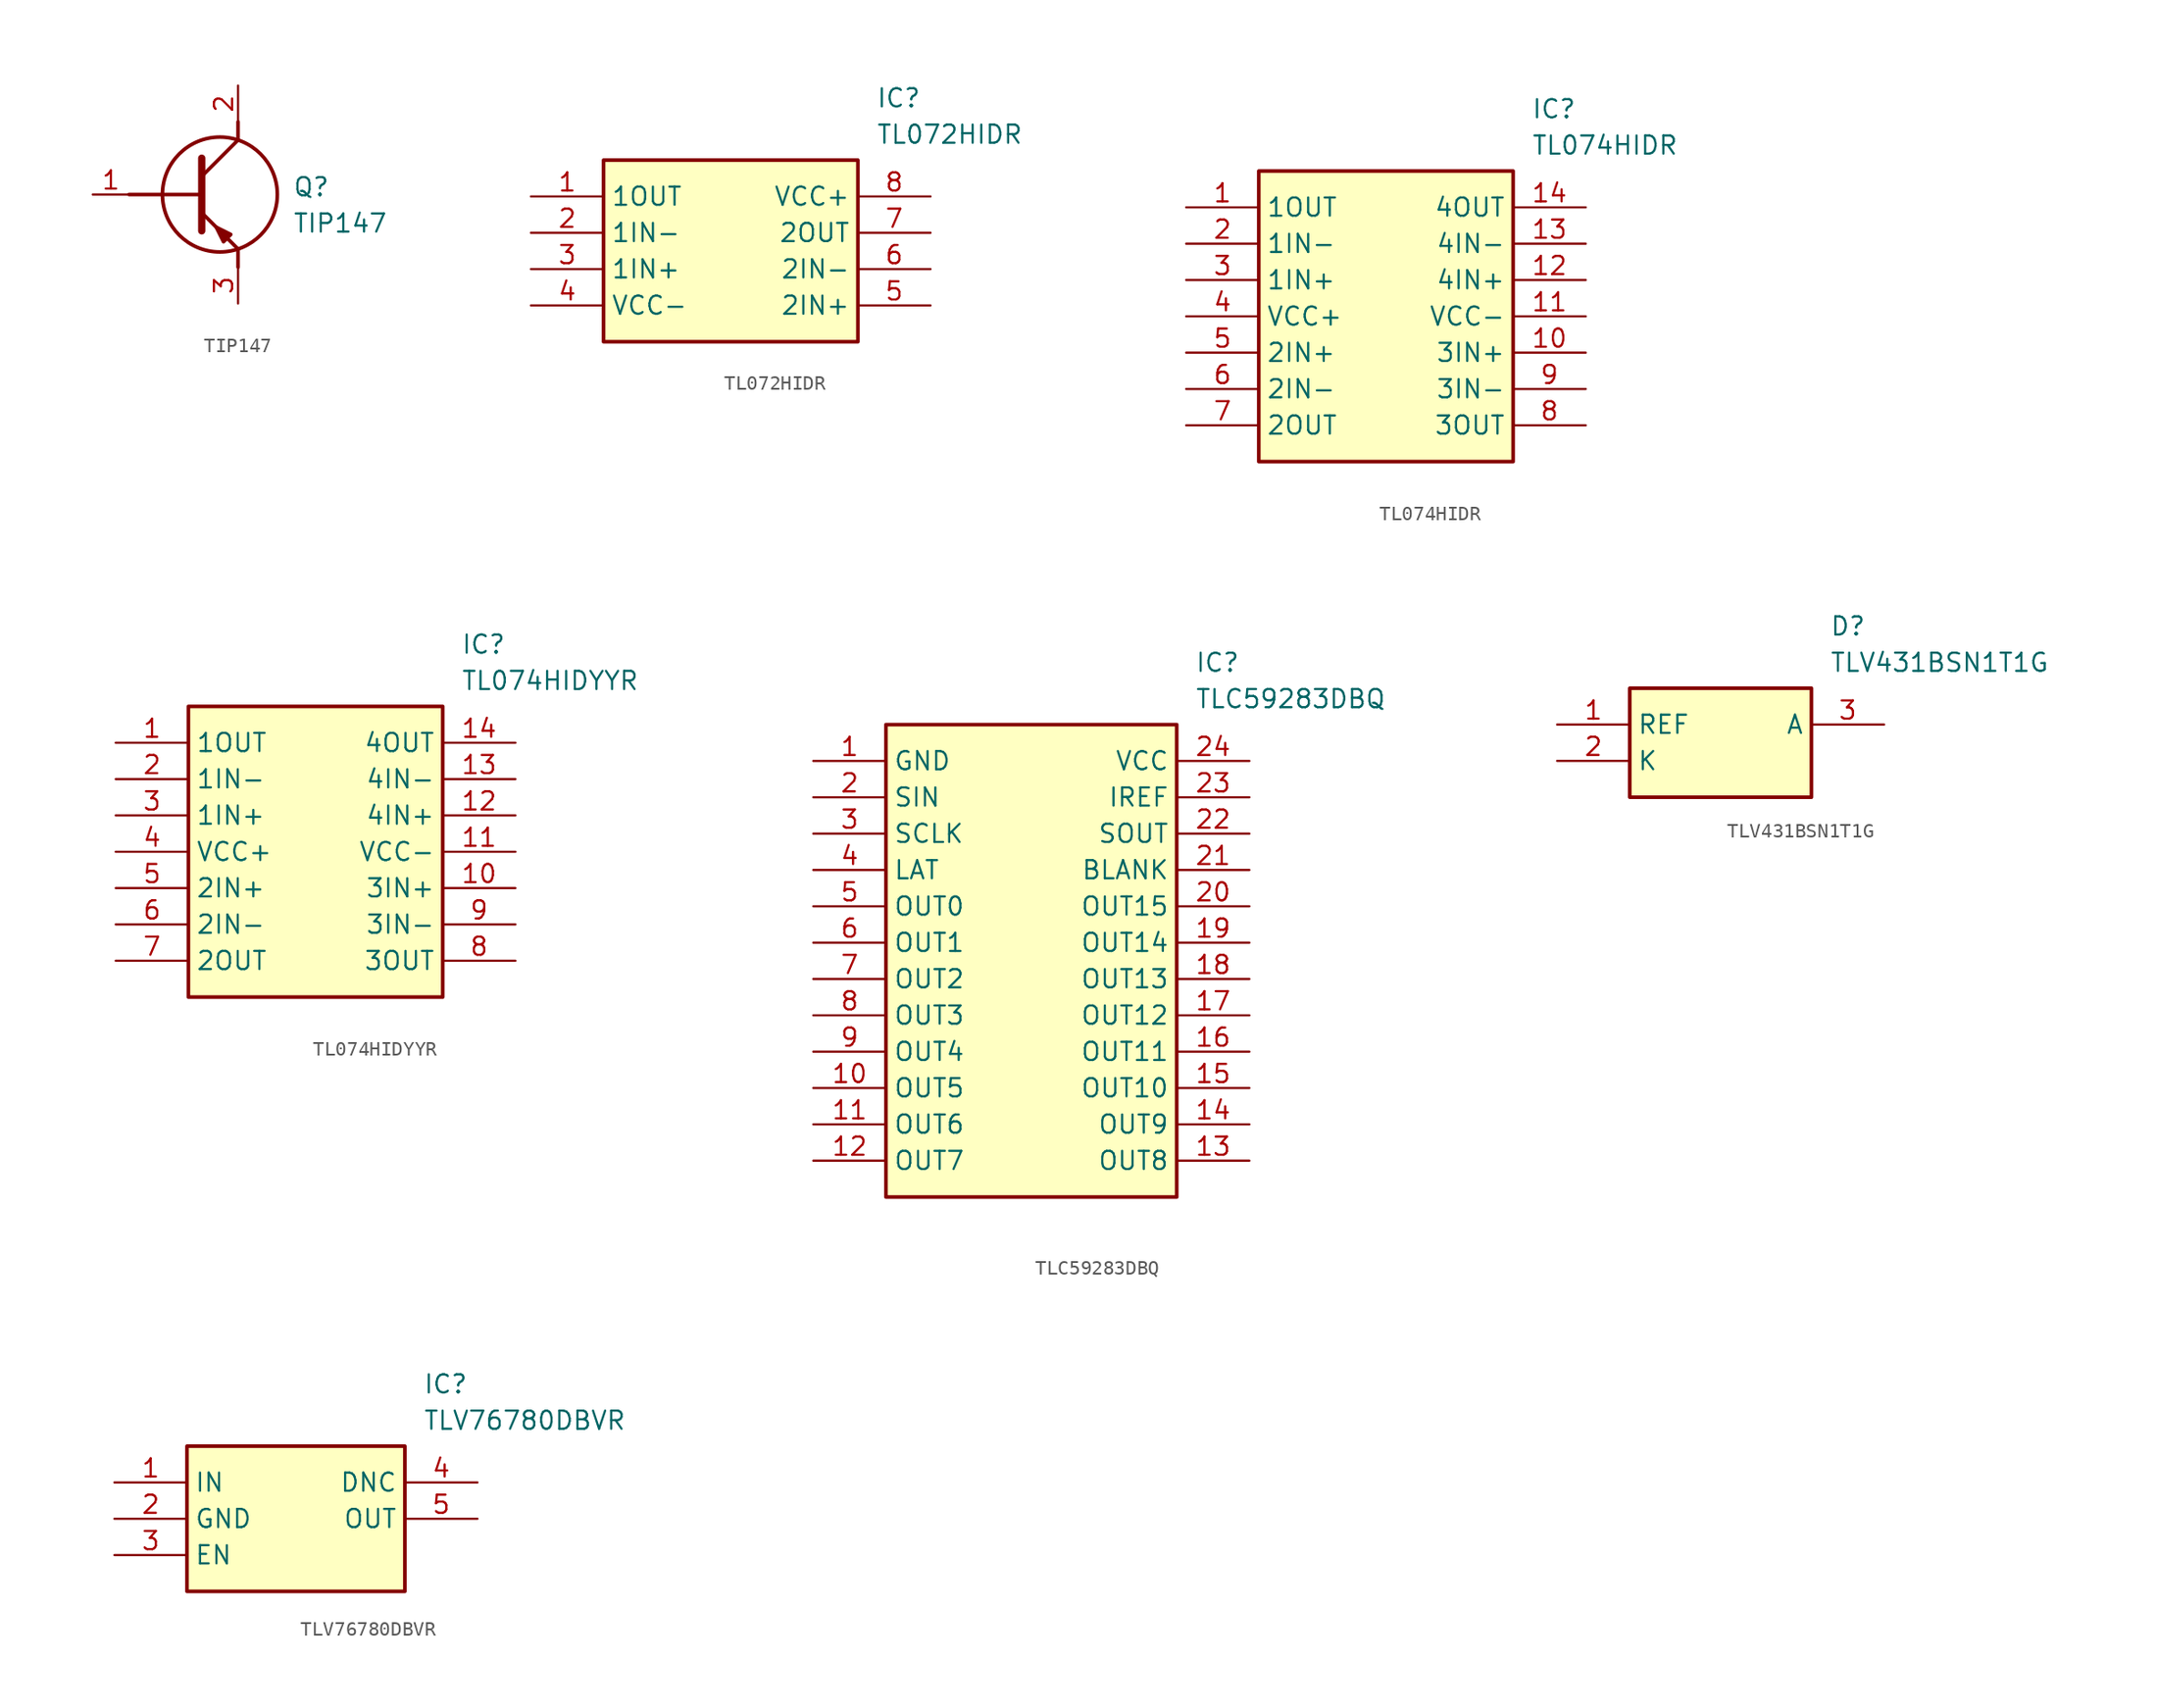
<source format=kicad_sym>
(kicad_symbol_lib
  (version 20231120)
  (generator "kicad_symbol_editor")
  (generator_version "8.0")
  (symbol "TIP147"
    (pin_names hide)
    (property "Reference" "Q"
      (at 13.97 1.27 0)
      (effects (font (size 1.27 1.27)) (justify left top)))
    (property "Value" "TIP147"
      (at 13.97 -1.27 0)
      (effects (font (size 1.27 1.27)) (justify left top)))
    (symbol "TIP147_1_1"
      (polyline (pts (xy 2.54 0) (xy 7.62 0)) (stroke (width 0.254) (type default)) (fill (type none)))
      (polyline (pts (xy 7.62 -1.27) (xy 10.16 -3.81)) (stroke (width 0.254) (type default)) (fill (type none)))
      (polyline (pts (xy 7.62 1.27) (xy 10.16 3.81)) (stroke (width 0.254) (type default)) (fill (type none)))
      (polyline (pts (xy 7.62 2.54) (xy 7.62 -2.54)) (stroke (width 0.508) (type default)) (fill (type none)))
      (polyline (pts (xy 10.16 -3.81) (xy 10.16 -5.08)) (stroke (width 0.254) (type default)) (fill (type none)))
      (polyline (pts (xy 10.16 3.81) (xy 10.16 5.08)) (stroke (width 0.254) (type default)) (fill (type none)))
      (polyline (pts (xy 9.652 -2.794) (xy 9.144 -3.302) (xy 8.636 -2.286) (xy 9.652 -2.794)) (stroke (width 0.254) (type default)) (fill (type outline)))
      (circle (center 8.89 0) (radius 4.016) (stroke (width 0.254) (type default)) (fill (type none)))
      (pin passive line (at 0 0 0) (length 2.54) (name "B" (effects (font (size 1.27 1.27)))) (number "1" (effects (font (size 1.27 1.27)))))
      (pin passive line (at 10.16 7.62 270) (length 2.54) (name "C" (effects (font (size 1.27 1.27)))) (number "2" (effects (font (size 1.27 1.27)))))
      (pin passive line (at 10.16 -7.62 90) (length 2.54) (name "E" (effects (font (size 1.27 1.27)))) (number "3" (effects (font (size 1.27 1.27)))))))
  (symbol "TL072HIDR"
    (property "Reference" "IC"
      (at 24.13 7.62 0)
      (effects (font (size 1.27 1.27)) (justify left top)))
    (property "Value" "TL072HIDR"
      (at 24.13 5.08 0)
      (effects (font (size 1.27 1.27)) (justify left top)))
    (symbol "TL072HIDR_1_1"
      (rectangle (start 5.08 2.54) (end 22.86 -10.16) (stroke (width 0.254) (type default)) (fill (type background)))
      (pin passive line (at 0 0 0) (length 5.08) (name "1OUT" (effects (font (size 1.27 1.27)))) (number "1" (effects (font (size 1.27 1.27)))))
      (pin passive line (at 0 -2.54 0) (length 5.08) (name "1IN-" (effects (font (size 1.27 1.27)))) (number "2" (effects (font (size 1.27 1.27)))))
      (pin passive line (at 0 -5.08 0) (length 5.08) (name "1IN+" (effects (font (size 1.27 1.27)))) (number "3" (effects (font (size 1.27 1.27)))))
      (pin passive line (at 0 -7.62 0) (length 5.08) (name "VCC-" (effects (font (size 1.27 1.27)))) (number "4" (effects (font (size 1.27 1.27)))))
      (pin passive line (at 27.94 -7.62 180) (length 5.08) (name "2IN+" (effects (font (size 1.27 1.27)))) (number "5" (effects (font (size 1.27 1.27)))))
      (pin passive line (at 27.94 -5.08 180) (length 5.08) (name "2IN-" (effects (font (size 1.27 1.27)))) (number "6" (effects (font (size 1.27 1.27)))))
      (pin passive line (at 27.94 -2.54 180) (length 5.08) (name "2OUT" (effects (font (size 1.27 1.27)))) (number "7" (effects (font (size 1.27 1.27)))))
      (pin passive line (at 27.94 0 180) (length 5.08) (name "VCC+" (effects (font (size 1.27 1.27)))) (number "8" (effects (font (size 1.27 1.27)))))))
  (symbol "TL074HIDR"
    (property "Reference" "IC"
      (at 24.13 7.62 0)
      (effects (font (size 1.27 1.27)) (justify left top)))
    (property "Value" "TL074HIDR"
      (at 24.13 5.08 0)
      (effects (font (size 1.27 1.27)) (justify left top)))
    (symbol "TL074HIDR_1_1"
      (rectangle (start 5.08 2.54) (end 22.86 -17.78) (stroke (width 0.254) (type default)) (fill (type background)))
      (pin passive line (at 0 0 0) (length 5.08) (name "1OUT" (effects (font (size 1.27 1.27)))) (number "1" (effects (font (size 1.27 1.27)))))
      (pin passive line (at 27.94 -10.16 180) (length 5.08) (name "3IN+" (effects (font (size 1.27 1.27)))) (number "10" (effects (font (size 1.27 1.27)))))
      (pin passive line (at 27.94 -7.62 180) (length 5.08) (name "VCC-" (effects (font (size 1.27 1.27)))) (number "11" (effects (font (size 1.27 1.27)))))
      (pin passive line (at 27.94 -5.08 180) (length 5.08) (name "4IN+" (effects (font (size 1.27 1.27)))) (number "12" (effects (font (size 1.27 1.27)))))
      (pin passive line (at 27.94 -2.54 180) (length 5.08) (name "4IN-" (effects (font (size 1.27 1.27)))) (number "13" (effects (font (size 1.27 1.27)))))
      (pin passive line (at 27.94 0 180) (length 5.08) (name "4OUT" (effects (font (size 1.27 1.27)))) (number "14" (effects (font (size 1.27 1.27)))))
      (pin passive line (at 0 -2.54 0) (length 5.08) (name "1IN-" (effects (font (size 1.27 1.27)))) (number "2" (effects (font (size 1.27 1.27)))))
      (pin passive line (at 0 -5.08 0) (length 5.08) (name "1IN+" (effects (font (size 1.27 1.27)))) (number "3" (effects (font (size 1.27 1.27)))))
      (pin passive line (at 0 -7.62 0) (length 5.08) (name "VCC+" (effects (font (size 1.27 1.27)))) (number "4" (effects (font (size 1.27 1.27)))))
      (pin passive line (at 0 -10.16 0) (length 5.08) (name "2IN+" (effects (font (size 1.27 1.27)))) (number "5" (effects (font (size 1.27 1.27)))))
      (pin passive line (at 0 -12.7 0) (length 5.08) (name "2IN-" (effects (font (size 1.27 1.27)))) (number "6" (effects (font (size 1.27 1.27)))))
      (pin passive line (at 0 -15.24 0) (length 5.08) (name "2OUT" (effects (font (size 1.27 1.27)))) (number "7" (effects (font (size 1.27 1.27)))))
      (pin passive line (at 27.94 -15.24 180) (length 5.08) (name "3OUT" (effects (font (size 1.27 1.27)))) (number "8" (effects (font (size 1.27 1.27)))))
      (pin passive line (at 27.94 -12.7 180) (length 5.08) (name "3IN-" (effects (font (size 1.27 1.27)))) (number "9" (effects (font (size 1.27 1.27)))))))
  (symbol "TL074HIDYYR"
    (property "Reference" "IC"
      (at 24.13 7.62 0)
      (effects (font (size 1.27 1.27)) (justify left top)))
    (property "Value" "TL074HIDYYR"
      (at 24.13 5.08 0)
      (effects (font (size 1.27 1.27)) (justify left top)))
    (symbol "TL074HIDYYR_1_1"
      (rectangle (start 5.08 2.54) (end 22.86 -17.78) (stroke (width 0.254) (type default)) (fill (type background)))
      (pin passive line (at 0 0 0) (length 5.08) (name "1OUT" (effects (font (size 1.27 1.27)))) (number "1" (effects (font (size 1.27 1.27)))))
      (pin passive line (at 27.94 -10.16 180) (length 5.08) (name "3IN+" (effects (font (size 1.27 1.27)))) (number "10" (effects (font (size 1.27 1.27)))))
      (pin passive line (at 27.94 -7.62 180) (length 5.08) (name "VCC-" (effects (font (size 1.27 1.27)))) (number "11" (effects (font (size 1.27 1.27)))))
      (pin passive line (at 27.94 -5.08 180) (length 5.08) (name "4IN+" (effects (font (size 1.27 1.27)))) (number "12" (effects (font (size 1.27 1.27)))))
      (pin passive line (at 27.94 -2.54 180) (length 5.08) (name "4IN-" (effects (font (size 1.27 1.27)))) (number "13" (effects (font (size 1.27 1.27)))))
      (pin passive line (at 27.94 0 180) (length 5.08) (name "4OUT" (effects (font (size 1.27 1.27)))) (number "14" (effects (font (size 1.27 1.27)))))
      (pin passive line (at 0 -2.54 0) (length 5.08) (name "1IN-" (effects (font (size 1.27 1.27)))) (number "2" (effects (font (size 1.27 1.27)))))
      (pin passive line (at 0 -5.08 0) (length 5.08) (name "1IN+" (effects (font (size 1.27 1.27)))) (number "3" (effects (font (size 1.27 1.27)))))
      (pin passive line (at 0 -7.62 0) (length 5.08) (name "VCC+" (effects (font (size 1.27 1.27)))) (number "4" (effects (font (size 1.27 1.27)))))
      (pin passive line (at 0 -10.16 0) (length 5.08) (name "2IN+" (effects (font (size 1.27 1.27)))) (number "5" (effects (font (size 1.27 1.27)))))
      (pin passive line (at 0 -12.7 0) (length 5.08) (name "2IN-" (effects (font (size 1.27 1.27)))) (number "6" (effects (font (size 1.27 1.27)))))
      (pin passive line (at 0 -15.24 0) (length 5.08) (name "2OUT" (effects (font (size 1.27 1.27)))) (number "7" (effects (font (size 1.27 1.27)))))
      (pin passive line (at 27.94 -15.24 180) (length 5.08) (name "3OUT" (effects (font (size 1.27 1.27)))) (number "8" (effects (font (size 1.27 1.27)))))
      (pin passive line (at 27.94 -12.7 180) (length 5.08) (name "3IN-" (effects (font (size 1.27 1.27)))) (number "9" (effects (font (size 1.27 1.27)))))))
  (symbol "TLC59283DBQ"
    (property "Reference" "IC"
      (at 26.67 7.62 0)
      (effects (font (size 1.27 1.27)) (justify left top)))
    (property "Value" "TLC59283DBQ"
      (at 26.67 5.08 0)
      (effects (font (size 1.27 1.27)) (justify left top)))
    (symbol "TLC59283DBQ_1_1"
      (rectangle (start 5.08 2.54) (end 25.4 -30.48) (stroke (width 0.254) (type default)) (fill (type background)))
      (pin passive line (at 0 0 0) (length 5.08) (name "GND" (effects (font (size 1.27 1.27)))) (number "1" (effects (font (size 1.27 1.27)))))
      (pin passive line (at 0 -22.86 0) (length 5.08) (name "OUT5" (effects (font (size 1.27 1.27)))) (number "10" (effects (font (size 1.27 1.27)))))
      (pin passive line (at 0 -25.4 0) (length 5.08) (name "OUT6" (effects (font (size 1.27 1.27)))) (number "11" (effects (font (size 1.27 1.27)))))
      (pin passive line (at 0 -27.94 0) (length 5.08) (name "OUT7" (effects (font (size 1.27 1.27)))) (number "12" (effects (font (size 1.27 1.27)))))
      (pin passive line (at 30.48 -27.94 180) (length 5.08) (name "OUT8" (effects (font (size 1.27 1.27)))) (number "13" (effects (font (size 1.27 1.27)))))
      (pin passive line (at 30.48 -25.4 180) (length 5.08) (name "OUT9" (effects (font (size 1.27 1.27)))) (number "14" (effects (font (size 1.27 1.27)))))
      (pin passive line (at 30.48 -22.86 180) (length 5.08) (name "OUT10" (effects (font (size 1.27 1.27)))) (number "15" (effects (font (size 1.27 1.27)))))
      (pin passive line (at 30.48 -20.32 180) (length 5.08) (name "OUT11" (effects (font (size 1.27 1.27)))) (number "16" (effects (font (size 1.27 1.27)))))
      (pin passive line (at 30.48 -17.78 180) (length 5.08) (name "OUT12" (effects (font (size 1.27 1.27)))) (number "17" (effects (font (size 1.27 1.27)))))
      (pin passive line (at 30.48 -15.24 180) (length 5.08) (name "OUT13" (effects (font (size 1.27 1.27)))) (number "18" (effects (font (size 1.27 1.27)))))
      (pin passive line (at 30.48 -12.7 180) (length 5.08) (name "OUT14" (effects (font (size 1.27 1.27)))) (number "19" (effects (font (size 1.27 1.27)))))
      (pin passive line (at 0 -2.54 0) (length 5.08) (name "SIN" (effects (font (size 1.27 1.27)))) (number "2" (effects (font (size 1.27 1.27)))))
      (pin passive line (at 30.48 -10.16 180) (length 5.08) (name "OUT15" (effects (font (size 1.27 1.27)))) (number "20" (effects (font (size 1.27 1.27)))))
      (pin passive line (at 30.48 -7.62 180) (length 5.08) (name "BLANK" (effects (font (size 1.27 1.27)))) (number "21" (effects (font (size 1.27 1.27)))))
      (pin passive line (at 30.48 -5.08 180) (length 5.08) (name "SOUT" (effects (font (size 1.27 1.27)))) (number "22" (effects (font (size 1.27 1.27)))))
      (pin passive line (at 30.48 -2.54 180) (length 5.08) (name "IREF" (effects (font (size 1.27 1.27)))) (number "23" (effects (font (size 1.27 1.27)))))
      (pin passive line (at 30.48 0 180) (length 5.08) (name "VCC" (effects (font (size 1.27 1.27)))) (number "24" (effects (font (size 1.27 1.27)))))
      (pin passive line (at 0 -5.08 0) (length 5.08) (name "SCLK" (effects (font (size 1.27 1.27)))) (number "3" (effects (font (size 1.27 1.27)))))
      (pin passive line (at 0 -7.62 0) (length 5.08) (name "LAT" (effects (font (size 1.27 1.27)))) (number "4" (effects (font (size 1.27 1.27)))))
      (pin passive line (at 0 -10.16 0) (length 5.08) (name "OUT0" (effects (font (size 1.27 1.27)))) (number "5" (effects (font (size 1.27 1.27)))))
      (pin passive line (at 0 -12.7 0) (length 5.08) (name "OUT1" (effects (font (size 1.27 1.27)))) (number "6" (effects (font (size 1.27 1.27)))))
      (pin passive line (at 0 -15.24 0) (length 5.08) (name "OUT2" (effects (font (size 1.27 1.27)))) (number "7" (effects (font (size 1.27 1.27)))))
      (pin passive line (at 0 -17.78 0) (length 5.08) (name "OUT3" (effects (font (size 1.27 1.27)))) (number "8" (effects (font (size 1.27 1.27)))))
      (pin passive line (at 0 -20.32 0) (length 5.08) (name "OUT4" (effects (font (size 1.27 1.27)))) (number "9" (effects (font (size 1.27 1.27)))))))
  (symbol "TLV431BSN1T1G"
    (property "Reference" "D"
      (at 19.05 7.62 0)
      (effects (font (size 1.27 1.27)) (justify left top)))
    (property "Value" "TLV431BSN1T1G"
      (at 19.05 5.08 0)
      (effects (font (size 1.27 1.27)) (justify left top)))
    (symbol "TLV431BSN1T1G_1_1"
      (rectangle (start 5.08 2.54) (end 17.78 -5.08) (stroke (width 0.254) (type default)) (fill (type background)))
      (pin input line (at 0 0 0) (length 5.08) (name "REF" (effects (font (size 1.27 1.27)))) (number "1" (effects (font (size 1.27 1.27)))))
      (pin passive line (at 0 -2.54 0) (length 5.08) (name "K" (effects (font (size 1.27 1.27)))) (number "2" (effects (font (size 1.27 1.27)))))
      (pin passive line (at 22.86 0 180) (length 5.08) (name "A" (effects (font (size 1.27 1.27)))) (number "3" (effects (font (size 1.27 1.27)))))))
  (symbol "TLV76780DBVR"
    (property "Reference" "IC"
      (at 21.59 7.62 0)
      (effects (font (size 1.27 1.27)) (justify left top)))
    (property "Value" "TLV76780DBVR"
      (at 21.59 5.08 0)
      (effects (font (size 1.27 1.27)) (justify left top)))
    (symbol "TLV76780DBVR_1_1"
      (rectangle (start 5.08 2.54) (end 20.32 -7.62) (stroke (width 0.254) (type default)) (fill (type background)))
      (pin passive line (at 0 0 0) (length 5.08) (name "IN" (effects (font (size 1.27 1.27)))) (number "1" (effects (font (size 1.27 1.27)))))
      (pin passive line (at 0 -2.54 0) (length 5.08) (name "GND" (effects (font (size 1.27 1.27)))) (number "2" (effects (font (size 1.27 1.27)))))
      (pin passive line (at 0 -5.08 0) (length 5.08) (name "EN" (effects (font (size 1.27 1.27)))) (number "3" (effects (font (size 1.27 1.27)))))
      (pin passive line (at 25.4 0 180) (length 5.08) (name "DNC" (effects (font (size 1.27 1.27)))) (number "4" (effects (font (size 1.27 1.27)))))
      (pin passive line (at 25.4 -2.54 180) (length 5.08) (name "OUT" (effects (font (size 1.27 1.27)))) (number "5" (effects (font (size 1.27 1.27))))))))
</source>
